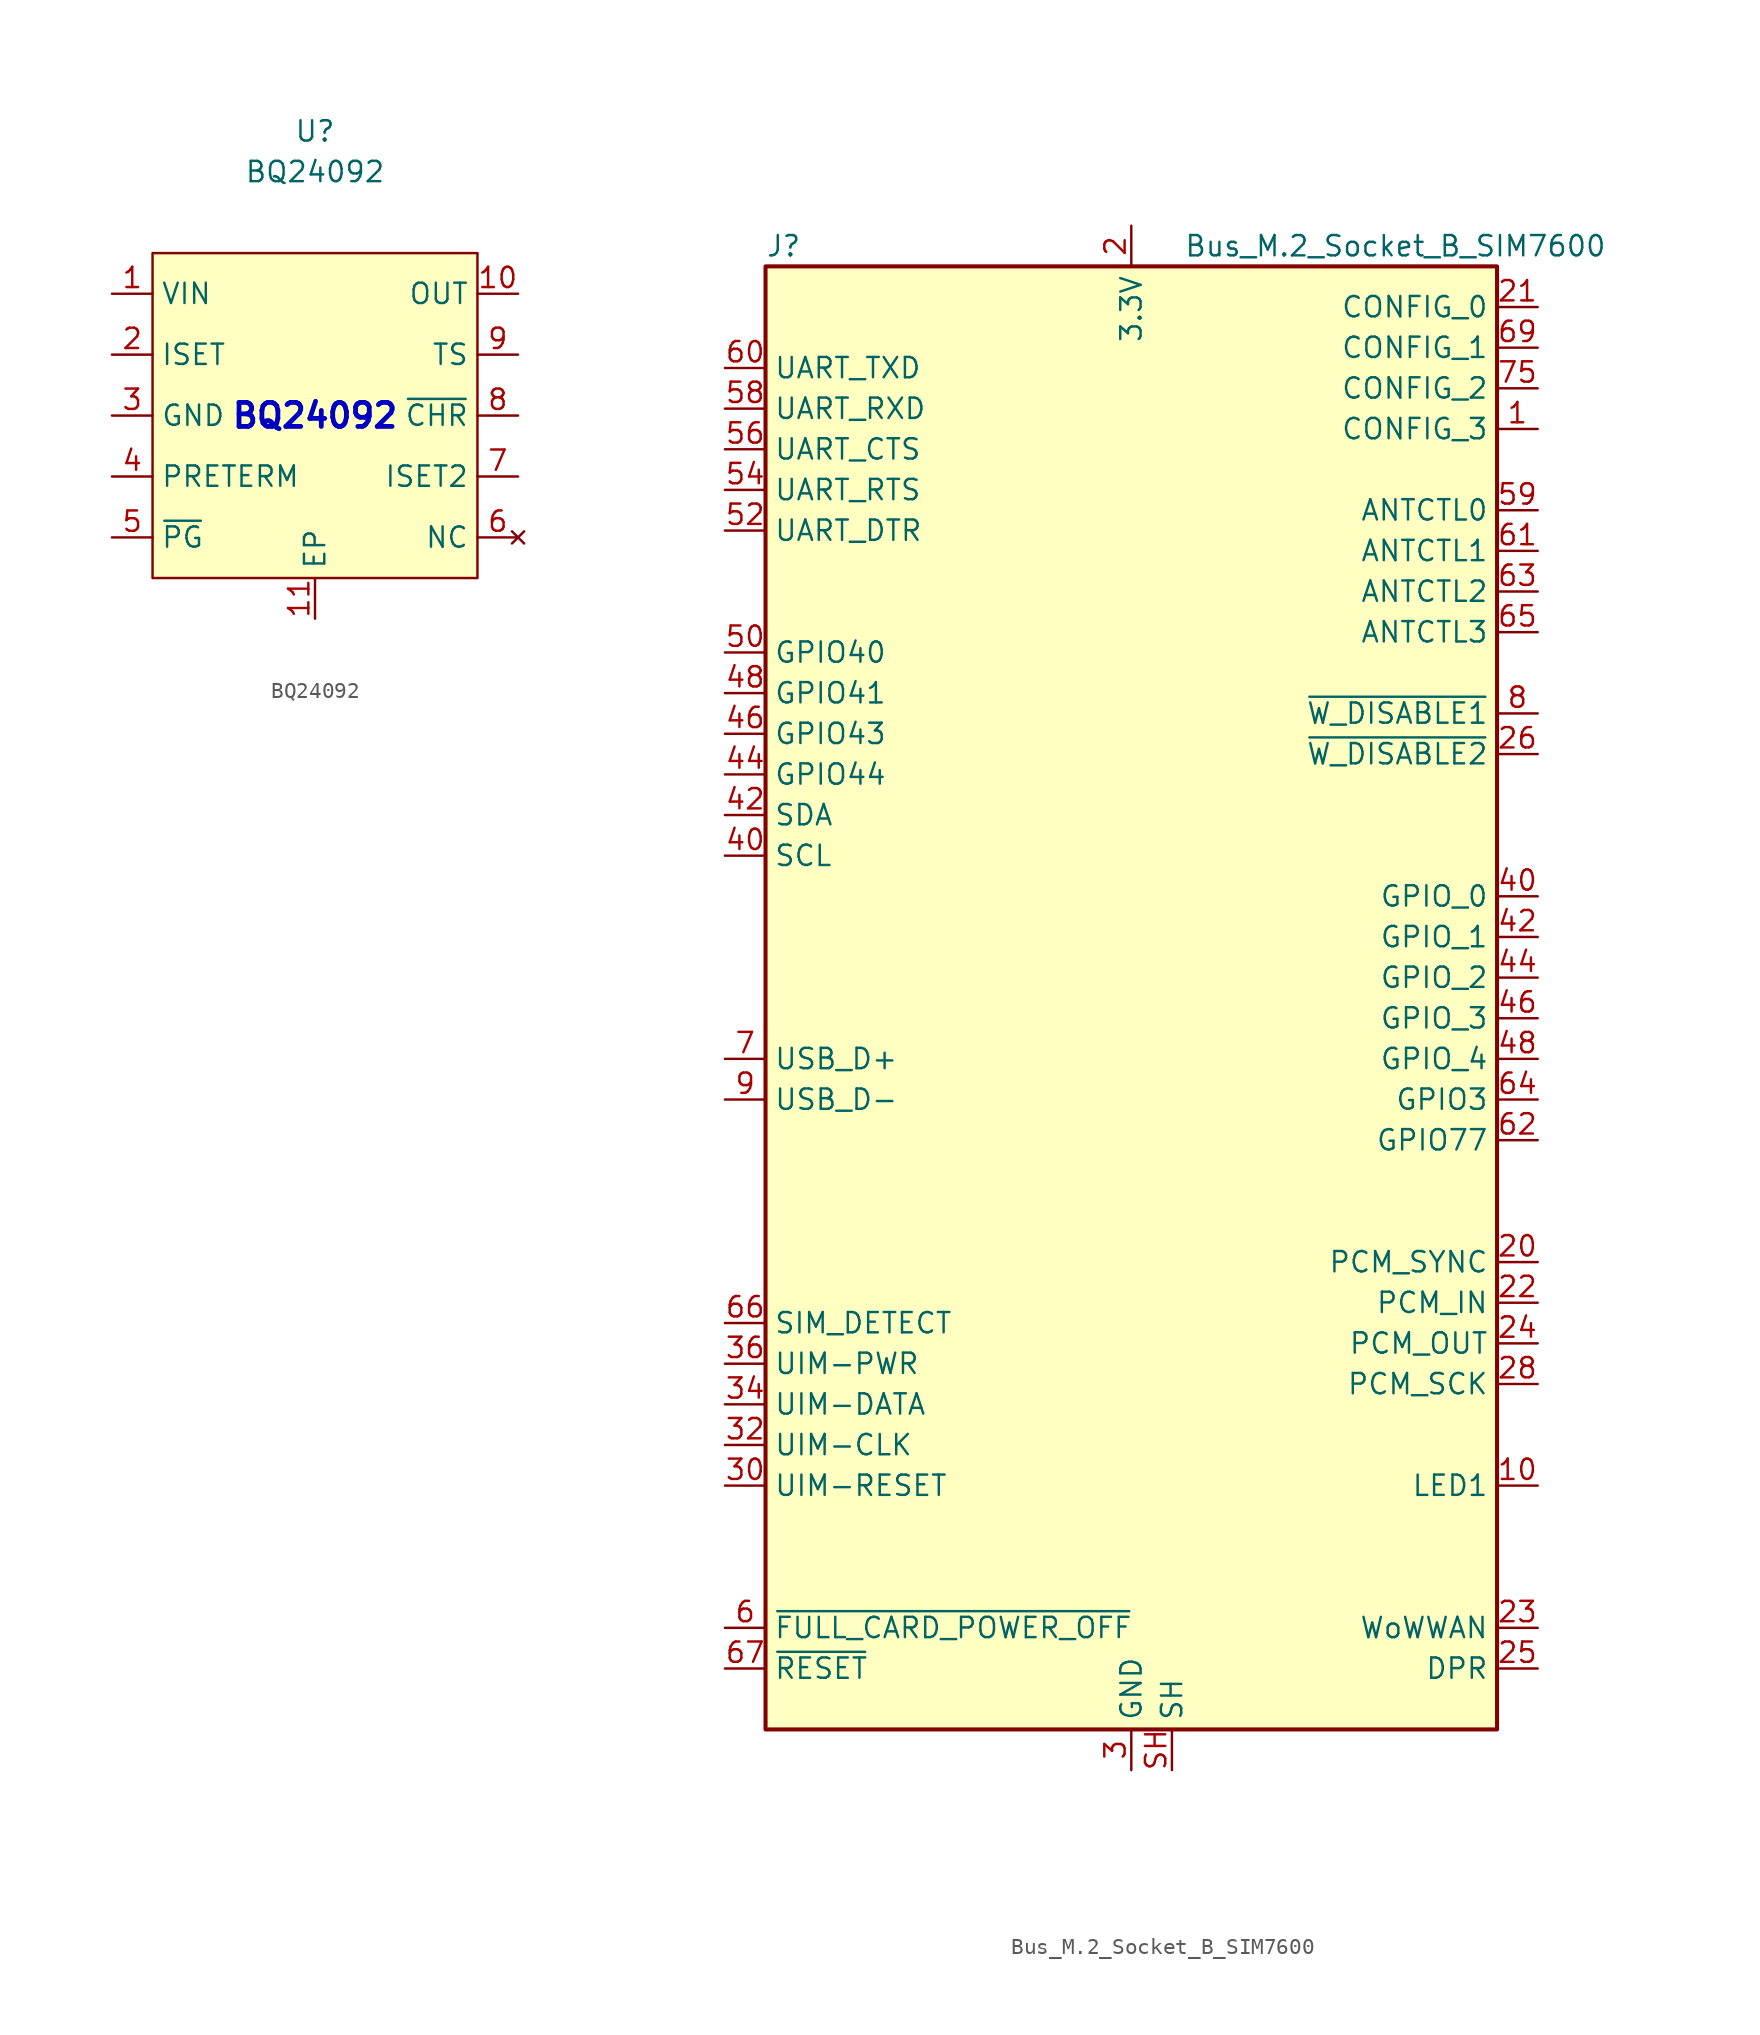
<source format=kicad_sym>
(kicad_symbol_lib
  (version 20231120)
  (generator "kicad_symbol_editor")
  (generator_version "8.0")
  (symbol "BQ24092"
    (property "Reference" "U"
      (at 0 17.78 0)
      (effects (font (size 1.27 1.27))))
    (property "Value" "BQ24092"
      (at 0 15.24 0)
      (effects (font (size 1.27 1.27))))
    (symbol "BQ24092_1_1"
      (rectangle (start -10.16 10.16) (end 10.16 -10.16) (stroke (width 0) (type default)) (fill (type background)))
      (text "BQ24092" (at 0 0 0) (effects (font (size 1.5 1.5) (bold yes) (color 0 0 194 1))))
      (pin power_in line (at -12.7 7.62 0) (length 2.54) (name "VIN" (effects (font (size 1.27 1.27)))) (number "1" (effects (font (size 1.27 1.27)))))
      (pin power_out line (at 12.7 7.62 180) (length 2.54) (name "OUT" (effects (font (size 1.27 1.27)))) (number "10" (effects (font (size 1.27 1.27)))))
      (pin power_in line (at 0 -12.7 90) (length 2.54) (name "EP" (effects (font (size 1.27 1.27)))) (number "11" (effects (font (size 1.27 1.27)))))
      (pin input line (at -12.7 3.81 0) (length 2.54) (name "ISET" (effects (font (size 1.27 1.27)))) (number "2" (effects (font (size 1.27 1.27)))))
      (pin power_in line (at -12.7 0 0) (length 2.54) (name "GND" (effects (font (size 1.27 1.27)))) (number "3" (effects (font (size 1.27 1.27)))))
      (pin input line (at -12.7 -3.81 0) (length 2.54) (name "PRETERM" (effects (font (size 1.27 1.27)))) (number "4" (effects (font (size 1.27 1.27)))))
      (pin input line (at -12.7 -7.62 0) (length 2.54) (name "~{PG}" (effects (font (size 1.27 1.27)))) (number "5" (effects (font (size 1.27 1.27)))))
      (pin no_connect line (at 12.7 -7.62 180) (length 2.54) (name "NC" (effects (font (size 1.27 1.27)))) (number "6" (effects (font (size 1.27 1.27)))))
      (pin input line (at 12.7 -3.81 180) (length 2.54) (name "ISET2" (effects (font (size 1.27 1.27)))) (number "7" (effects (font (size 1.27 1.27)))))
      (pin input line (at 12.7 0 180) (length 2.54) (name "~{CHR}" (effects (font (size 1.27 1.27)))) (number "8" (effects (font (size 1.27 1.27)))))
      (pin input line (at 12.7 3.81 180) (length 2.54) (name "TS" (effects (font (size 1.27 1.27)))) (number "9" (effects (font (size 1.27 1.27)))))))
  (symbol "Bus_M.2_Socket_B_SIM7600"
    (property "Reference" "J"
      (at -22.86 46.99 0)
      (effects (font (size 1.27 1.27)) (justify left)))
    (property "Value" "Bus_M.2_Socket_B_SIM7600"
      (at 16.51 46.99 0)
      (effects (font (size 1.27 1.27))))
    (symbol "Bus_M.2_Socket_B_SIM7600_0_1"
      (rectangle (start -22.86 45.72) (end 22.86 -45.72) (stroke (width 0.254) (type default)) (fill (type background))))
    (symbol "Bus_M.2_Socket_B_SIM7600_1_1"
      (pin input line (at 25.4 35.56 180) (length 2.54) (name "CONFIG_3" (effects (font (size 1.27 1.27)))) (number "1" (effects (font (size 1.27 1.27)))))
      (pin bidirectional line (at 25.4 -30.48 180) (length 2.54) (name "LED1" (effects (font (size 1.27 1.27)))) (number "10" (effects (font (size 1.27 1.27)))))
      (pin passive line (at 0 -48.26 90) (length 2.54) hide (name "GND" (effects (font (size 1.27 1.27)))) (number "11" (effects (font (size 1.27 1.27)))))
      (pin power_in line (at 0 48.26 270) (length 2.54) (name "3.3V" (effects (font (size 1.27 1.27)))) (number "2" (effects (font (size 1.27 1.27)))))
      (pin bidirectional line (at 25.4 -16.51 180) (length 2.54) (name "PCM_SYNC" (effects (font (size 1.27 1.27)))) (number "20" (effects (font (size 1.27 1.27)))))
      (pin input line (at 25.4 43.18 180) (length 2.54) (name "CONFIG_0" (effects (font (size 1.27 1.27)))) (number "21" (effects (font (size 1.27 1.27)))))
      (pin bidirectional line (at 25.4 -19.05 180) (length 2.54) (name "PCM_IN" (effects (font (size 1.27 1.27)))) (number "22" (effects (font (size 1.27 1.27)))))
      (pin bidirectional line (at 25.4 -39.37 180) (length 2.54) (name "WoWWAN" (effects (font (size 1.27 1.27)))) (number "23" (effects (font (size 1.27 1.27)))))
      (pin bidirectional line (at 25.4 -21.59 180) (length 2.54) (name "PCM_OUT" (effects (font (size 1.27 1.27)))) (number "24" (effects (font (size 1.27 1.27)))))
      (pin output line (at 25.4 -41.91 180) (length 2.54) (name "DPR" (effects (font (size 1.27 1.27)))) (number "25" (effects (font (size 1.27 1.27)))))
      (pin bidirectional line (at 25.4 15.24 180) (length 2.54) (name "~{W_DISABLE2}" (effects (font (size 1.27 1.27)))) (number "26" (effects (font (size 1.27 1.27)))))
      (pin passive line (at 0 -48.26 90) (length 2.54) hide (name "GND" (effects (font (size 1.27 1.27)))) (number "27" (effects (font (size 1.27 1.27)))))
      (pin bidirectional line (at 25.4 -24.13 180) (length 2.54) (name "PCM_SCK" (effects (font (size 1.27 1.27)))) (number "28" (effects (font (size 1.27 1.27)))))
      (pin no_connect line (at 25.4 -34.29 180) (length 2.54) hide (name "NC" (effects (font (size 1.27 1.27)))) (number "29" (effects (font (size 1.27 1.27)))))
      (pin power_in line (at 0 -48.26 90) (length 2.54) (name "GND" (effects (font (size 1.27 1.27)))) (number "3" (effects (font (size 1.27 1.27)))))
      (pin input line (at -25.4 -30.48 0) (length 2.54) (name "UIM-RESET" (effects (font (size 1.27 1.27)))) (number "30" (effects (font (size 1.27 1.27)))))
      (pin no_connect line (at 25.4 -34.29 180) (length 2.54) hide (name "NC" (effects (font (size 1.27 1.27)))) (number "31" (effects (font (size 1.27 1.27)))))
      (pin input line (at -25.4 -27.94 0) (length 2.54) (name "UIM-CLK" (effects (font (size 1.27 1.27)))) (number "32" (effects (font (size 1.27 1.27)))))
      (pin passive line (at 0 -48.26 90) (length 2.54) hide (name "GND" (effects (font (size 1.27 1.27)))) (number "33" (effects (font (size 1.27 1.27)))))
      (pin bidirectional line (at -25.4 -25.4 0) (length 2.54) (name "UIM-DATA" (effects (font (size 1.27 1.27)))) (number "34" (effects (font (size 1.27 1.27)))))
      (pin no_connect line (at 25.4 -34.29 180) (length 2.54) hide (name "NC" (effects (font (size 1.27 1.27)))) (number "35" (effects (font (size 1.27 1.27)))))
      (pin input line (at -25.4 -22.86 0) (length 2.54) (name "UIM-PWR" (effects (font (size 1.27 1.27)))) (number "36" (effects (font (size 1.27 1.27)))))
      (pin no_connect line (at 25.4 -34.29 180) (length 2.54) hide (name "NC" (effects (font (size 1.27 1.27)))) (number "37" (effects (font (size 1.27 1.27)))))
      (pin no_connect line (at 25.4 -34.29 180) (length 2.54) hide (name "NC" (effects (font (size 1.27 1.27)))) (number "38" (effects (font (size 1.27 1.27)))))
      (pin passive line (at 0 -48.26 90) (length 2.54) hide (name "GND" (effects (font (size 1.27 1.27)))) (number "39" (effects (font (size 1.27 1.27)))))
      (pin passive line (at 0 48.26 270) (length 2.54) hide (name "3.3V" (effects (font (size 1.27 1.27)))) (number "4" (effects (font (size 1.27 1.27)))))
      (pin bidirectional line (at 25.4 6.35 180) (length 2.54) (name "GPIO_0" (effects (font (size 1.27 1.27)))) (number "40" (effects (font (size 1.27 1.27)))))
      (pin bidirectional line (at -25.4 8.89 0) (length 2.54) (name "SCL" (effects (font (size 1.27 1.27)))) (number "40" (effects (font (size 1.27 1.27)))))
      (pin no_connect line (at 25.4 -34.29 180) (length 2.54) hide (name "NC" (effects (font (size 1.27 1.27)))) (number "41" (effects (font (size 1.27 1.27)))))
      (pin bidirectional line (at 25.4 3.81 180) (length 2.54) (name "GPIO_1" (effects (font (size 1.27 1.27)))) (number "42" (effects (font (size 1.27 1.27)))))
      (pin bidirectional line (at -25.4 11.43 0) (length 2.54) (name "SDA" (effects (font (size 1.27 1.27)))) (number "42" (effects (font (size 1.27 1.27)))))
      (pin no_connect line (at 25.4 -34.29 180) (length 2.54) hide (name "NC" (effects (font (size 1.27 1.27)))) (number "43" (effects (font (size 1.27 1.27)))))
      (pin bidirectional line (at -25.4 13.97 0) (length 2.54) (name "GPIO44" (effects (font (size 1.27 1.27)))) (number "44" (effects (font (size 1.27 1.27)))))
      (pin bidirectional line (at 25.4 1.27 180) (length 2.54) (name "GPIO_2" (effects (font (size 1.27 1.27)))) (number "44" (effects (font (size 1.27 1.27)))))
      (pin passive line (at 0 -48.26 90) (length 2.54) hide (name "GND" (effects (font (size 1.27 1.27)))) (number "45" (effects (font (size 1.27 1.27)))))
      (pin bidirectional line (at -25.4 16.51 0) (length 2.54) (name "GPIO43" (effects (font (size 1.27 1.27)))) (number "46" (effects (font (size 1.27 1.27)))))
      (pin bidirectional line (at 25.4 -1.27 180) (length 2.54) (name "GPIO_3" (effects (font (size 1.27 1.27)))) (number "46" (effects (font (size 1.27 1.27)))))
      (pin no_connect line (at 25.4 -34.29 180) (length 2.54) hide (name "NC" (effects (font (size 1.27 1.27)))) (number "47" (effects (font (size 1.27 1.27)))))
      (pin bidirectional line (at -25.4 19.05 0) (length 2.54) (name "GPIO41" (effects (font (size 1.27 1.27)))) (number "48" (effects (font (size 1.27 1.27)))))
      (pin bidirectional line (at 25.4 -3.81 180) (length 2.54) (name "GPIO_4" (effects (font (size 1.27 1.27)))) (number "48" (effects (font (size 1.27 1.27)))))
      (pin no_connect line (at 25.4 -34.29 180) (length 2.54) hide (name "NC" (effects (font (size 1.27 1.27)))) (number "49" (effects (font (size 1.27 1.27)))))
      (pin passive line (at 0 -48.26 90) (length 2.54) hide (name "GND" (effects (font (size 1.27 1.27)))) (number "5" (effects (font (size 1.27 1.27)))))
      (pin bidirectional line (at -25.4 21.59 0) (length 2.54) (name "GPIO40" (effects (font (size 1.27 1.27)))) (number "50" (effects (font (size 1.27 1.27)))))
      (pin passive line (at 0 -48.26 90) (length 2.54) hide (name "GND" (effects (font (size 1.27 1.27)))) (number "51" (effects (font (size 1.27 1.27)))))
      (pin bidirectional line (at -25.4 29.21 0) (length 2.54) (name "UART_DTR" (effects (font (size 1.27 1.27)))) (number "52" (effects (font (size 1.27 1.27)))))
      (pin no_connect line (at 25.4 -34.29 180) (length 2.54) hide (name "UC" (effects (font (size 1.27 1.27)))) (number "53" (effects (font (size 1.27 1.27)))))
      (pin bidirectional line (at -25.4 31.75 0) (length 2.54) (name "UART_RTS" (effects (font (size 1.27 1.27)))) (number "54" (effects (font (size 1.27 1.27)))))
      (pin no_connect line (at 25.4 -34.29 180) (length 2.54) hide (name "UC" (effects (font (size 1.27 1.27)))) (number "55" (effects (font (size 1.27 1.27)))))
      (pin no_connect line (at 25.4 -34.29 180) (length 2.54) hide (name "NC" (effects (font (size 1.27 1.27)))) (number "56" (effects (font (size 1.27 1.27)))))
      (pin bidirectional line (at -25.4 34.29 0) (length 2.54) (name "UART_CTS" (effects (font (size 1.27 1.27)))) (number "56" (effects (font (size 1.27 1.27)))))
      (pin passive line (at 0 -48.26 90) (length 2.54) hide (name "GND" (effects (font (size 1.27 1.27)))) (number "57" (effects (font (size 1.27 1.27)))))
      (pin no_connect line (at 25.4 -34.29 180) (length 2.54) hide (name "NC" (effects (font (size 1.27 1.27)))) (number "58" (effects (font (size 1.27 1.27)))))
      (pin bidirectional line (at -25.4 36.83 0) (length 2.54) (name "UART_RXD" (effects (font (size 1.27 1.27)))) (number "58" (effects (font (size 1.27 1.27)))))
      (pin input line (at 25.4 30.48 180) (length 2.54) (name "ANTCTL0" (effects (font (size 1.27 1.27)))) (number "59" (effects (font (size 1.27 1.27)))))
      (pin output line (at -25.4 -39.37 0) (length 2.54) (name "~{FULL_CARD_POWER_OFF}" (effects (font (size 1.27 1.27)))) (number "6" (effects (font (size 1.27 1.27)))))
      (pin bidirectional line (at -25.4 39.37 0) (length 2.54) (name "UART_TXD" (effects (font (size 1.27 1.27)))) (number "60" (effects (font (size 1.27 1.27)))))
      (pin input line (at 25.4 27.94 180) (length 2.54) (name "ANTCTL1" (effects (font (size 1.27 1.27)))) (number "61" (effects (font (size 1.27 1.27)))))
      (pin bidirectional line (at 25.4 -8.89 180) (length 2.54) (name "GPIO77" (effects (font (size 1.27 1.27)))) (number "62" (effects (font (size 1.27 1.27)))))
      (pin input line (at 25.4 25.4 180) (length 2.54) (name "ANTCTL2" (effects (font (size 1.27 1.27)))) (number "63" (effects (font (size 1.27 1.27)))))
      (pin bidirectional line (at 25.4 -6.35 180) (length 2.54) (name "GPIO3" (effects (font (size 1.27 1.27)))) (number "64" (effects (font (size 1.27 1.27)))))
      (pin input line (at 25.4 22.86 180) (length 2.54) (name "ANTCTL3" (effects (font (size 1.27 1.27)))) (number "65" (effects (font (size 1.27 1.27)))))
      (pin output line (at -25.4 -20.32 0) (length 2.54) (name "SIM_DETECT" (effects (font (size 1.27 1.27)))) (number "66" (effects (font (size 1.27 1.27)))))
      (pin output line (at -25.4 -41.91 0) (length 2.54) (name "~{RESET}" (effects (font (size 1.27 1.27)))) (number "67" (effects (font (size 1.27 1.27)))))
      (pin no_connect line (at 25.4 -34.29 180) (length 2.54) hide (name "NC" (effects (font (size 1.27 1.27)))) (number "68" (effects (font (size 1.27 1.27)))))
      (pin input line (at 25.4 40.64 180) (length 2.54) (name "CONFIG_1" (effects (font (size 1.27 1.27)))) (number "69" (effects (font (size 1.27 1.27)))))
      (pin bidirectional line (at -25.4 -3.81 0) (length 2.54) (name "USB_D+" (effects (font (size 1.27 1.27)))) (number "7" (effects (font (size 1.27 1.27)))))
      (pin passive line (at 0 48.26 270) (length 2.54) hide (name "3.3V" (effects (font (size 1.27 1.27)))) (number "70" (effects (font (size 1.27 1.27)))))
      (pin passive line (at 0 -48.26 90) (length 2.54) hide (name "GND" (effects (font (size 1.27 1.27)))) (number "71" (effects (font (size 1.27 1.27)))))
      (pin passive line (at 0 48.26 270) (length 2.54) hide (name "3.3V" (effects (font (size 1.27 1.27)))) (number "72" (effects (font (size 1.27 1.27)))))
      (pin passive line (at 0 -48.26 90) (length 2.54) hide (name "GND" (effects (font (size 1.27 1.27)))) (number "73" (effects (font (size 1.27 1.27)))))
      (pin passive line (at 0 48.26 270) (length 2.54) hide (name "3.3V" (effects (font (size 1.27 1.27)))) (number "74" (effects (font (size 1.27 1.27)))))
      (pin input line (at 25.4 38.1 180) (length 2.54) (name "CONFIG_2" (effects (font (size 1.27 1.27)))) (number "75" (effects (font (size 1.27 1.27)))))
      (pin output line (at 25.4 17.78 180) (length 2.54) (name "~{W_DISABLE1}" (effects (font (size 1.27 1.27)))) (number "8" (effects (font (size 1.27 1.27)))))
      (pin bidirectional line (at -25.4 -6.35 0) (length 2.54) (name "USB_D-" (effects (font (size 1.27 1.27)))) (number "9" (effects (font (size 1.27 1.27)))))
      (pin bidirectional line (at 2.54 -48.26 90) (length 2.54) (name "SH" (effects (font (size 1.27 1.27)))) (number "SH" (effects (font (size 1.27 1.27))))))))
</source>
